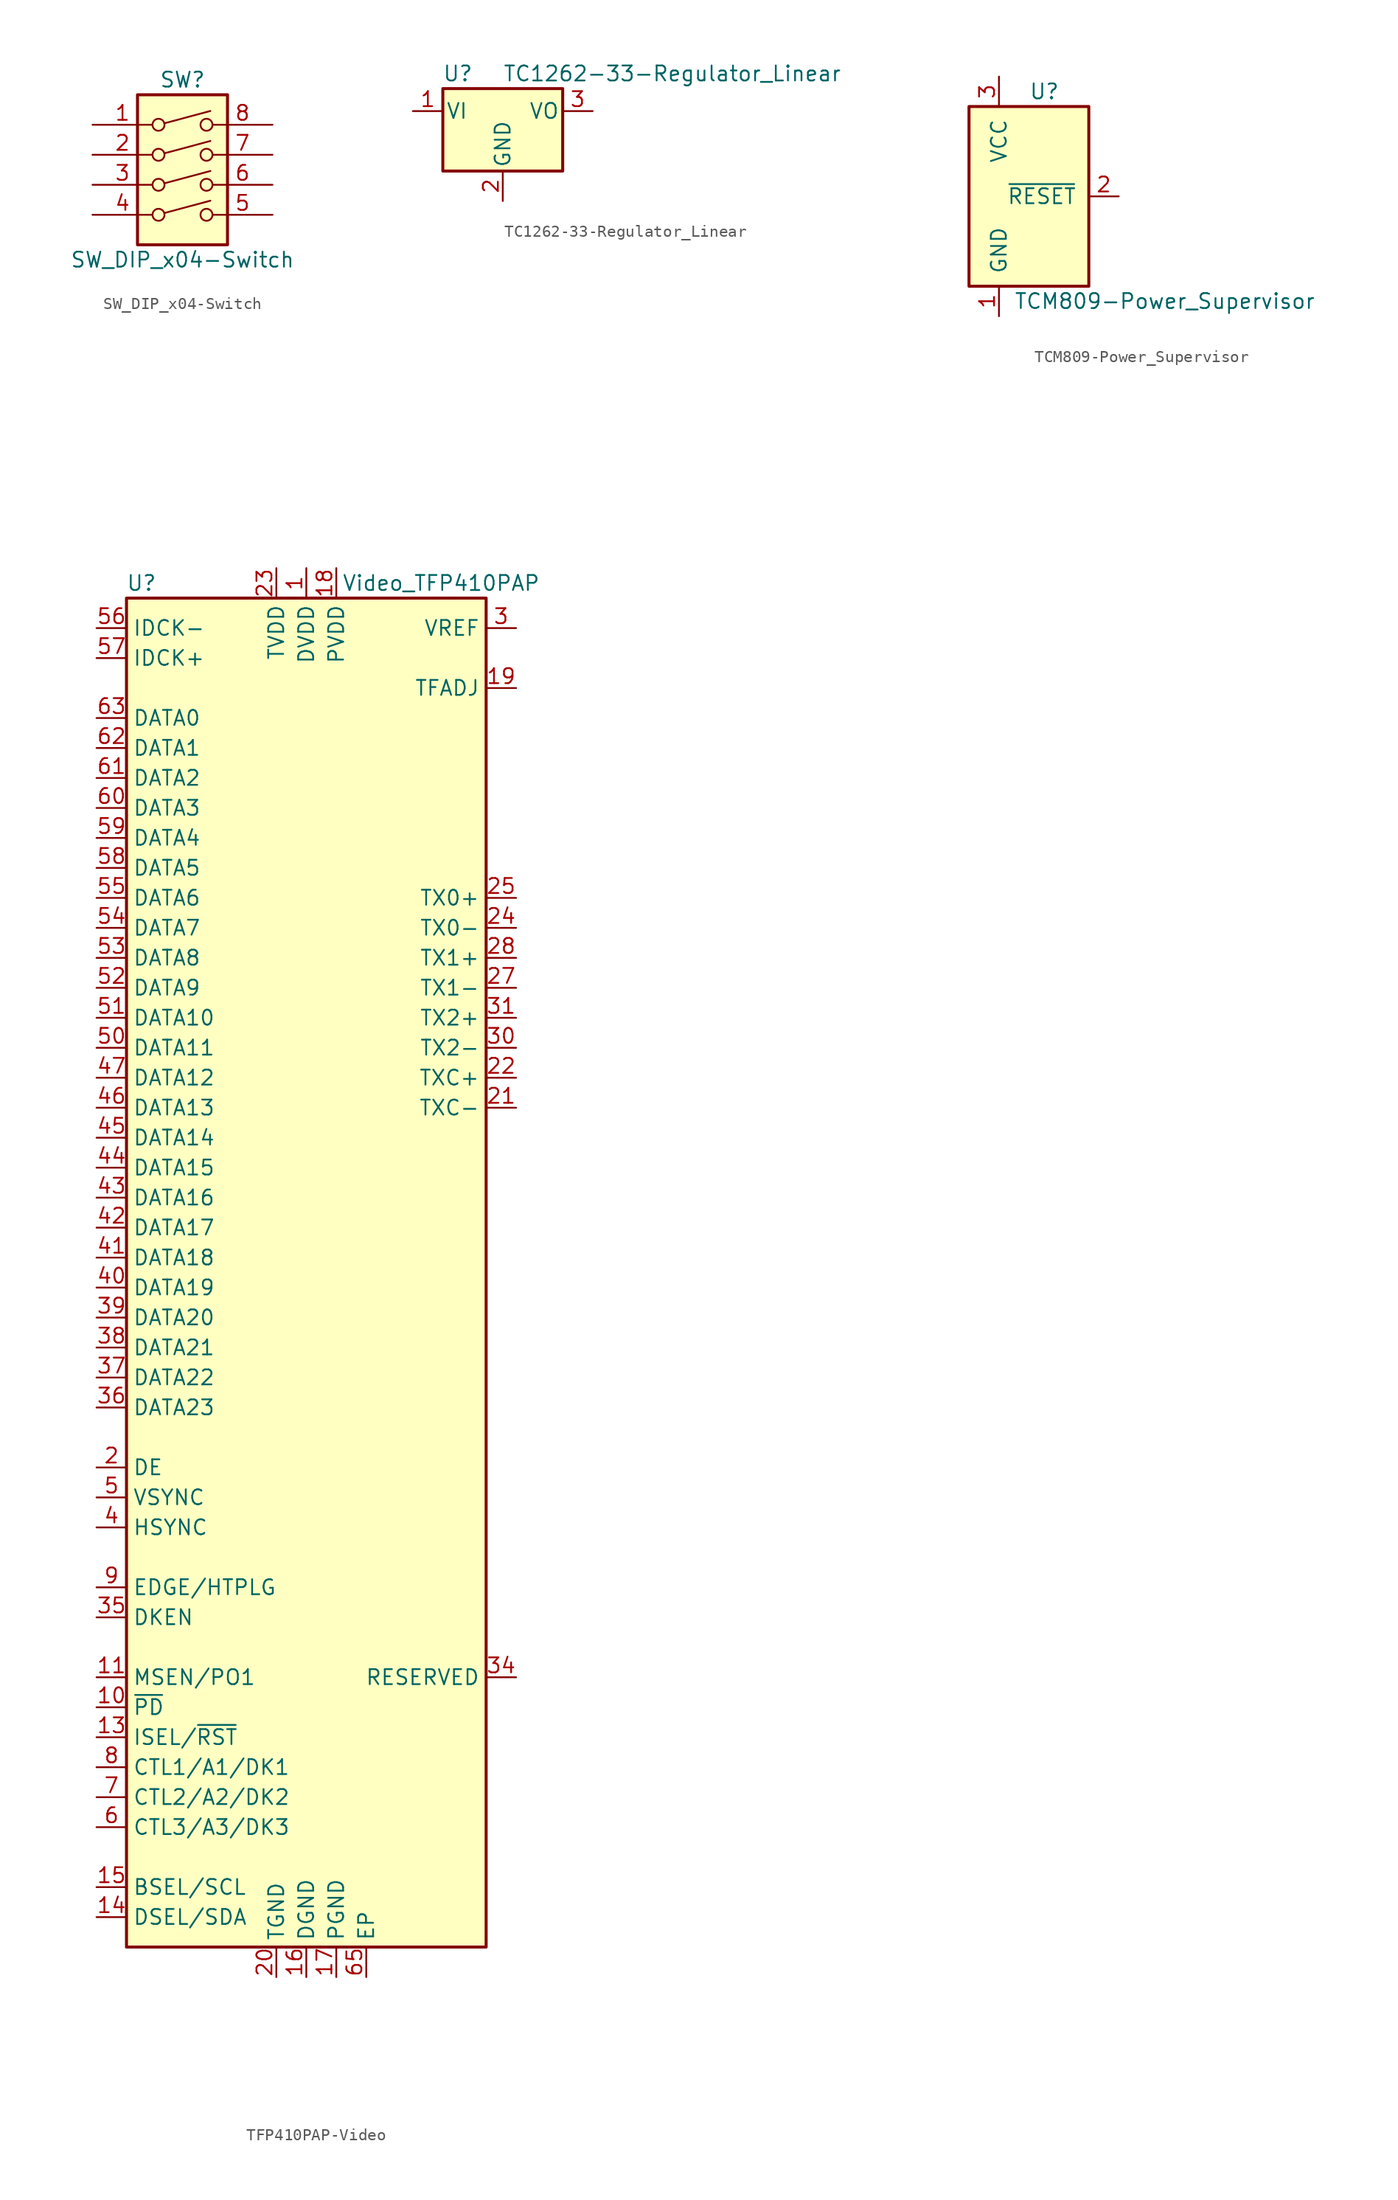
<source format=kicad_sym>
(kicad_symbol_lib
  (version 20220914)
  (generator kicad_symbol_editor)
  (symbol "SW_DIP_x04-Switch"
    (pin_names
      (offset 0) hide)
    (property "Reference" "SW"
      (at 0 8.89 0)
      (effects (font (size 1.27 1.27))))
    (property "Value" "SW_DIP_x04-Switch"
      (at 0 -6.35 0)
      (effects (font (size 1.27 1.27))))
    (symbol "SW_DIP_x04-Switch_0_0"
      (circle (center -2.032 -2.54) (radius 0.508) (stroke (width 0) (type solid)) (fill (type none)))
      (circle (center -2.032 0) (radius 0.508) (stroke (width 0) (type solid)) (fill (type none)))
      (circle (center -2.032 2.54) (radius 0.508) (stroke (width 0) (type solid)) (fill (type none)))
      (circle (center -2.032 5.08) (radius 0.508) (stroke (width 0) (type solid)) (fill (type none)))
      (polyline (pts (xy -1.524 -2.388) (xy 2.362 -1.346)) (stroke (width 0) (type solid)) (fill (type none)))
      (polyline (pts (xy -1.524 0.127) (xy 2.362 1.168)) (stroke (width 0) (type solid)) (fill (type none)))
      (polyline (pts (xy -1.524 2.667) (xy 2.362 3.708)) (stroke (width 0) (type solid)) (fill (type none)))
      (polyline (pts (xy -1.524 5.207) (xy 2.362 6.248)) (stroke (width 0) (type solid)) (fill (type none)))
      (circle (center 2.032 -2.54) (radius 0.508) (stroke (width 0) (type solid)) (fill (type none)))
      (circle (center 2.032 0) (radius 0.508) (stroke (width 0) (type solid)) (fill (type none)))
      (circle (center 2.032 2.54) (radius 0.508) (stroke (width 0) (type solid)) (fill (type none)))
      (circle (center 2.032 5.08) (radius 0.508) (stroke (width 0) (type solid)) (fill (type none))))
    (symbol "SW_DIP_x04-Switch_0_1"
      (rectangle (start -3.81 7.62) (end 3.81 -5.08) (stroke (width 0.254) (type solid)) (fill (type background))))
    (symbol "SW_DIP_x04-Switch_1_1"
      (pin passive line (at -7.62 5.08 0) (length 5.08) (name "~" (effects (font (size 1.27 1.27)))) (number "1" (effects (font (size 1.27 1.27)))))
      (pin passive line (at -7.62 2.54 0) (length 5.08) (name "~" (effects (font (size 1.27 1.27)))) (number "2" (effects (font (size 1.27 1.27)))))
      (pin passive line (at -7.62 0 0) (length 5.08) (name "~" (effects (font (size 1.27 1.27)))) (number "3" (effects (font (size 1.27 1.27)))))
      (pin passive line (at -7.62 -2.54 0) (length 5.08) (name "~" (effects (font (size 1.27 1.27)))) (number "4" (effects (font (size 1.27 1.27)))))
      (pin passive line (at 7.62 -2.54 180) (length 5.08) (name "~" (effects (font (size 1.27 1.27)))) (number "5" (effects (font (size 1.27 1.27)))))
      (pin passive line (at 7.62 0 180) (length 5.08) (name "~" (effects (font (size 1.27 1.27)))) (number "6" (effects (font (size 1.27 1.27)))))
      (pin passive line (at 7.62 2.54 180) (length 5.08) (name "~" (effects (font (size 1.27 1.27)))) (number "7" (effects (font (size 1.27 1.27)))))
      (pin passive line (at 7.62 5.08 180) (length 5.08) (name "~" (effects (font (size 1.27 1.27)))) (number "8" (effects (font (size 1.27 1.27)))))))
  (symbol "TC1262-33-Regulator_Linear"
    (pin_names
      (offset 0.254))
    (property "Reference" "U"
      (at -3.81 3.175 0)
      (effects (font (size 1.27 1.27))))
    (property "Value" "TC1262-33-Regulator_Linear"
      (at 0 3.175 0)
      (effects (font (size 1.27 1.27)) (justify left)))
    (symbol "TC1262-33-Regulator_Linear_1_1"
      (rectangle (start -5.08 1.905) (end 5.08 -5.08) (stroke (width 0.254) (type solid)) (fill (type background)))
      (pin power_in line (at -7.62 0 0) (length 2.54) (name "VI" (effects (font (size 1.27 1.27)))) (number "1" (effects (font (size 1.27 1.27)))))
      (pin power_in line (at 0 -7.62 90) (length 2.54) (name "GND" (effects (font (size 1.27 1.27)))) (number "2" (effects (font (size 1.27 1.27)))))
      (pin power_out line (at 7.62 0 180) (length 2.54) (name "VO" (effects (font (size 1.27 1.27)))) (number "3" (effects (font (size 1.27 1.27)))))))
  (symbol "TCM809-Power_Supervisor"
    (pin_names
      (offset 1.016))
    (property "Reference" "U"
      (at 0 8.89 0)
      (effects (font (size 1.27 1.27)) (justify left)))
    (property "Value" "TCM809-Power_Supervisor"
      (at -1.27 -8.89 0)
      (effects (font (size 1.27 1.27)) (justify left)))
    (symbol "TCM809-Power_Supervisor_1_1"
      (rectangle (start -5.08 7.62) (end 5.08 -7.62) (stroke (width 0.254) (type solid)) (fill (type background)))
      (pin power_in line (at -2.54 -10.16 90) (length 2.54) (name "GND" (effects (font (size 1.27 1.27)))) (number "1" (effects (font (size 1.27 1.27)))))
      (pin output line (at 7.62 0 180) (length 2.54) (name "~{RESET}" (effects (font (size 1.27 1.27)))) (number "2" (effects (font (size 1.27 1.27)))))
      (pin power_in line (at -2.54 10.16 270) (length 2.54) (name "VCC" (effects (font (size 1.27 1.27)))) (number "3" (effects (font (size 1.27 1.27)))))))
  (symbol "TFP410PAP-Video"
    (property "Reference" "U"
      (at -13.97 57.15 0)
      (effects (font (size 1.27 1.27))))
    (property "Value" "Video_TFP410PAP"
      (at 11.43 57.15 0)
      (effects (font (size 1.27 1.27))))
    (symbol "TFP410PAP-Video_0_1"
      (rectangle (start -15.24 55.88) (end 15.24 -58.42) (stroke (width 0.254) (type solid)) (fill (type background))))
    (symbol "TFP410PAP-Video_1_1"
      (pin power_in line (at 0 58.42 270) (length 2.54) (name "DVDD" (effects (font (size 1.27 1.27)))) (number "1" (effects (font (size 1.27 1.27)))))
      (pin input line (at -17.78 -38.1 0) (length 2.54) (name "~{PD}" (effects (font (size 1.27 1.27)))) (number "10" (effects (font (size 1.27 1.27)))))
      (pin output line (at -17.78 -35.56 0) (length 2.54) (name "MSEN/PO1" (effects (font (size 1.27 1.27)))) (number "11" (effects (font (size 1.27 1.27)))))
      (pin passive line (at 0 58.42 270) (length 2.54) hide (name "DVDD" (effects (font (size 1.27 1.27)))) (number "12" (effects (font (size 1.27 1.27)))))
      (pin input line (at -17.78 -40.64 0) (length 2.54) (name "ISEL/~{RST}" (effects (font (size 1.27 1.27)))) (number "13" (effects (font (size 1.27 1.27)))))
      (pin bidirectional line (at -17.78 -55.88 0) (length 2.54) (name "DSEL/SDA" (effects (font (size 1.27 1.27)))) (number "14" (effects (font (size 1.27 1.27)))))
      (pin input line (at -17.78 -53.34 0) (length 2.54) (name "BSEL/SCL" (effects (font (size 1.27 1.27)))) (number "15" (effects (font (size 1.27 1.27)))))
      (pin power_in line (at 0 -60.96 90) (length 2.54) (name "DGND" (effects (font (size 1.27 1.27)))) (number "16" (effects (font (size 1.27 1.27)))))
      (pin power_in line (at 2.54 -60.96 90) (length 2.54) (name "PGND" (effects (font (size 1.27 1.27)))) (number "17" (effects (font (size 1.27 1.27)))))
      (pin power_in line (at 2.54 58.42 270) (length 2.54) (name "PVDD" (effects (font (size 1.27 1.27)))) (number "18" (effects (font (size 1.27 1.27)))))
      (pin input line (at 17.78 48.26 180) (length 2.54) (name "TFADJ" (effects (font (size 1.27 1.27)))) (number "19" (effects (font (size 1.27 1.27)))))
      (pin input line (at -17.78 -17.78 0) (length 2.54) (name "DE" (effects (font (size 1.27 1.27)))) (number "2" (effects (font (size 1.27 1.27)))))
      (pin power_in line (at -2.54 -60.96 90) (length 2.54) (name "TGND" (effects (font (size 1.27 1.27)))) (number "20" (effects (font (size 1.27 1.27)))))
      (pin output line (at 17.78 12.7 180) (length 2.54) (name "TXC-" (effects (font (size 1.27 1.27)))) (number "21" (effects (font (size 1.27 1.27)))))
      (pin output line (at 17.78 15.24 180) (length 2.54) (name "TXC+" (effects (font (size 1.27 1.27)))) (number "22" (effects (font (size 1.27 1.27)))))
      (pin power_in line (at -2.54 58.42 270) (length 2.54) (name "TVDD" (effects (font (size 1.27 1.27)))) (number "23" (effects (font (size 1.27 1.27)))))
      (pin output line (at 17.78 27.94 180) (length 2.54) (name "TX0-" (effects (font (size 1.27 1.27)))) (number "24" (effects (font (size 1.27 1.27)))))
      (pin output line (at 17.78 30.48 180) (length 2.54) (name "TX0+" (effects (font (size 1.27 1.27)))) (number "25" (effects (font (size 1.27 1.27)))))
      (pin passive line (at -2.54 -60.96 90) (length 2.54) hide (name "TGND" (effects (font (size 1.27 1.27)))) (number "26" (effects (font (size 1.27 1.27)))))
      (pin output line (at 17.78 22.86 180) (length 2.54) (name "TX1-" (effects (font (size 1.27 1.27)))) (number "27" (effects (font (size 1.27 1.27)))))
      (pin output line (at 17.78 25.4 180) (length 2.54) (name "TX1+" (effects (font (size 1.27 1.27)))) (number "28" (effects (font (size 1.27 1.27)))))
      (pin passive line (at -2.54 58.42 270) (length 2.54) hide (name "TVDD" (effects (font (size 1.27 1.27)))) (number "29" (effects (font (size 1.27 1.27)))))
      (pin input line (at 17.78 53.34 180) (length 2.54) (name "VREF" (effects (font (size 1.27 1.27)))) (number "3" (effects (font (size 1.27 1.27)))))
      (pin output line (at 17.78 17.78 180) (length 2.54) (name "TX2-" (effects (font (size 1.27 1.27)))) (number "30" (effects (font (size 1.27 1.27)))))
      (pin output line (at 17.78 20.32 180) (length 2.54) (name "TX2+" (effects (font (size 1.27 1.27)))) (number "31" (effects (font (size 1.27 1.27)))))
      (pin passive line (at -2.54 -60.96 90) (length 2.54) hide (name "TGND" (effects (font (size 1.27 1.27)))) (number "32" (effects (font (size 1.27 1.27)))))
      (pin passive line (at 0 58.42 270) (length 2.54) hide (name "DVDD" (effects (font (size 1.27 1.27)))) (number "33" (effects (font (size 1.27 1.27)))))
      (pin input line (at 17.78 -35.56 180) (length 2.54) (name "RESERVED" (effects (font (size 1.27 1.27)))) (number "34" (effects (font (size 1.27 1.27)))))
      (pin input line (at -17.78 -30.48 0) (length 2.54) (name "DKEN" (effects (font (size 1.27 1.27)))) (number "35" (effects (font (size 1.27 1.27)))))
      (pin input line (at -17.78 -12.7 0) (length 2.54) (name "DATA23" (effects (font (size 1.27 1.27)))) (number "36" (effects (font (size 1.27 1.27)))))
      (pin input line (at -17.78 -10.16 0) (length 2.54) (name "DATA22" (effects (font (size 1.27 1.27)))) (number "37" (effects (font (size 1.27 1.27)))))
      (pin input line (at -17.78 -7.62 0) (length 2.54) (name "DATA21" (effects (font (size 1.27 1.27)))) (number "38" (effects (font (size 1.27 1.27)))))
      (pin input line (at -17.78 -5.08 0) (length 2.54) (name "DATA20" (effects (font (size 1.27 1.27)))) (number "39" (effects (font (size 1.27 1.27)))))
      (pin input line (at -17.78 -22.86 0) (length 2.54) (name "HSYNC" (effects (font (size 1.27 1.27)))) (number "4" (effects (font (size 1.27 1.27)))))
      (pin input line (at -17.78 -2.54 0) (length 2.54) (name "DATA19" (effects (font (size 1.27 1.27)))) (number "40" (effects (font (size 1.27 1.27)))))
      (pin input line (at -17.78 0 0) (length 2.54) (name "DATA18" (effects (font (size 1.27 1.27)))) (number "41" (effects (font (size 1.27 1.27)))))
      (pin input line (at -17.78 2.54 0) (length 2.54) (name "DATA17" (effects (font (size 1.27 1.27)))) (number "42" (effects (font (size 1.27 1.27)))))
      (pin input line (at -17.78 5.08 0) (length 2.54) (name "DATA16" (effects (font (size 1.27 1.27)))) (number "43" (effects (font (size 1.27 1.27)))))
      (pin input line (at -17.78 7.62 0) (length 2.54) (name "DATA15" (effects (font (size 1.27 1.27)))) (number "44" (effects (font (size 1.27 1.27)))))
      (pin input line (at -17.78 10.16 0) (length 2.54) (name "DATA14" (effects (font (size 1.27 1.27)))) (number "45" (effects (font (size 1.27 1.27)))))
      (pin input line (at -17.78 12.7 0) (length 2.54) (name "DATA13" (effects (font (size 1.27 1.27)))) (number "46" (effects (font (size 1.27 1.27)))))
      (pin input line (at -17.78 15.24 0) (length 2.54) (name "DATA12" (effects (font (size 1.27 1.27)))) (number "47" (effects (font (size 1.27 1.27)))))
      (pin passive line (at 0 -60.96 90) (length 2.54) hide (name "DGND" (effects (font (size 1.27 1.27)))) (number "48" (effects (font (size 1.27 1.27)))))
      (pin no_connect line (at 15.24 -33.02 180) (length 2.54) hide (name "NC" (effects (font (size 1.27 1.27)))) (number "49" (effects (font (size 1.27 1.27)))))
      (pin input line (at -17.78 -20.32 0) (length 2.54) (name "VSYNC" (effects (font (size 1.27 1.27)))) (number "5" (effects (font (size 1.27 1.27)))))
      (pin input line (at -17.78 17.78 0) (length 2.54) (name "DATA11" (effects (font (size 1.27 1.27)))) (number "50" (effects (font (size 1.27 1.27)))))
      (pin input line (at -17.78 20.32 0) (length 2.54) (name "DATA10" (effects (font (size 1.27 1.27)))) (number "51" (effects (font (size 1.27 1.27)))))
      (pin input line (at -17.78 22.86 0) (length 2.54) (name "DATA9" (effects (font (size 1.27 1.27)))) (number "52" (effects (font (size 1.27 1.27)))))
      (pin input line (at -17.78 25.4 0) (length 2.54) (name "DATA8" (effects (font (size 1.27 1.27)))) (number "53" (effects (font (size 1.27 1.27)))))
      (pin input line (at -17.78 27.94 0) (length 2.54) (name "DATA7" (effects (font (size 1.27 1.27)))) (number "54" (effects (font (size 1.27 1.27)))))
      (pin input line (at -17.78 30.48 0) (length 2.54) (name "DATA6" (effects (font (size 1.27 1.27)))) (number "55" (effects (font (size 1.27 1.27)))))
      (pin input line (at -17.78 53.34 0) (length 2.54) (name "IDCK-" (effects (font (size 1.27 1.27)))) (number "56" (effects (font (size 1.27 1.27)))))
      (pin input line (at -17.78 50.8 0) (length 2.54) (name "IDCK+" (effects (font (size 1.27 1.27)))) (number "57" (effects (font (size 1.27 1.27)))))
      (pin input line (at -17.78 33.02 0) (length 2.54) (name "DATA5" (effects (font (size 1.27 1.27)))) (number "58" (effects (font (size 1.27 1.27)))))
      (pin input line (at -17.78 35.56 0) (length 2.54) (name "DATA4" (effects (font (size 1.27 1.27)))) (number "59" (effects (font (size 1.27 1.27)))))
      (pin input line (at -17.78 -48.26 0) (length 2.54) (name "CTL3/A3/DK3" (effects (font (size 1.27 1.27)))) (number "6" (effects (font (size 1.27 1.27)))))
      (pin input line (at -17.78 38.1 0) (length 2.54) (name "DATA3" (effects (font (size 1.27 1.27)))) (number "60" (effects (font (size 1.27 1.27)))))
      (pin input line (at -17.78 40.64 0) (length 2.54) (name "DATA2" (effects (font (size 1.27 1.27)))) (number "61" (effects (font (size 1.27 1.27)))))
      (pin input line (at -17.78 43.18 0) (length 2.54) (name "DATA1" (effects (font (size 1.27 1.27)))) (number "62" (effects (font (size 1.27 1.27)))))
      (pin input line (at -17.78 45.72 0) (length 2.54) (name "DATA0" (effects (font (size 1.27 1.27)))) (number "63" (effects (font (size 1.27 1.27)))))
      (pin passive line (at 0 -60.96 90) (length 2.54) hide (name "DGND" (effects (font (size 1.27 1.27)))) (number "64" (effects (font (size 1.27 1.27)))))
      (pin power_in line (at 5.08 -60.96 90) (length 2.54) (name "EP" (effects (font (size 1.27 1.27)))) (number "65" (effects (font (size 1.27 1.27)))))
      (pin input line (at -17.78 -45.72 0) (length 2.54) (name "CTL2/A2/DK2" (effects (font (size 1.27 1.27)))) (number "7" (effects (font (size 1.27 1.27)))))
      (pin input line (at -17.78 -43.18 0) (length 2.54) (name "CTL1/A1/DK1" (effects (font (size 1.27 1.27)))) (number "8" (effects (font (size 1.27 1.27)))))
      (pin input line (at -17.78 -27.94 0) (length 2.54) (name "EDGE/HTPLG" (effects (font (size 1.27 1.27)))) (number "9" (effects (font (size 1.27 1.27))))))))
</source>
